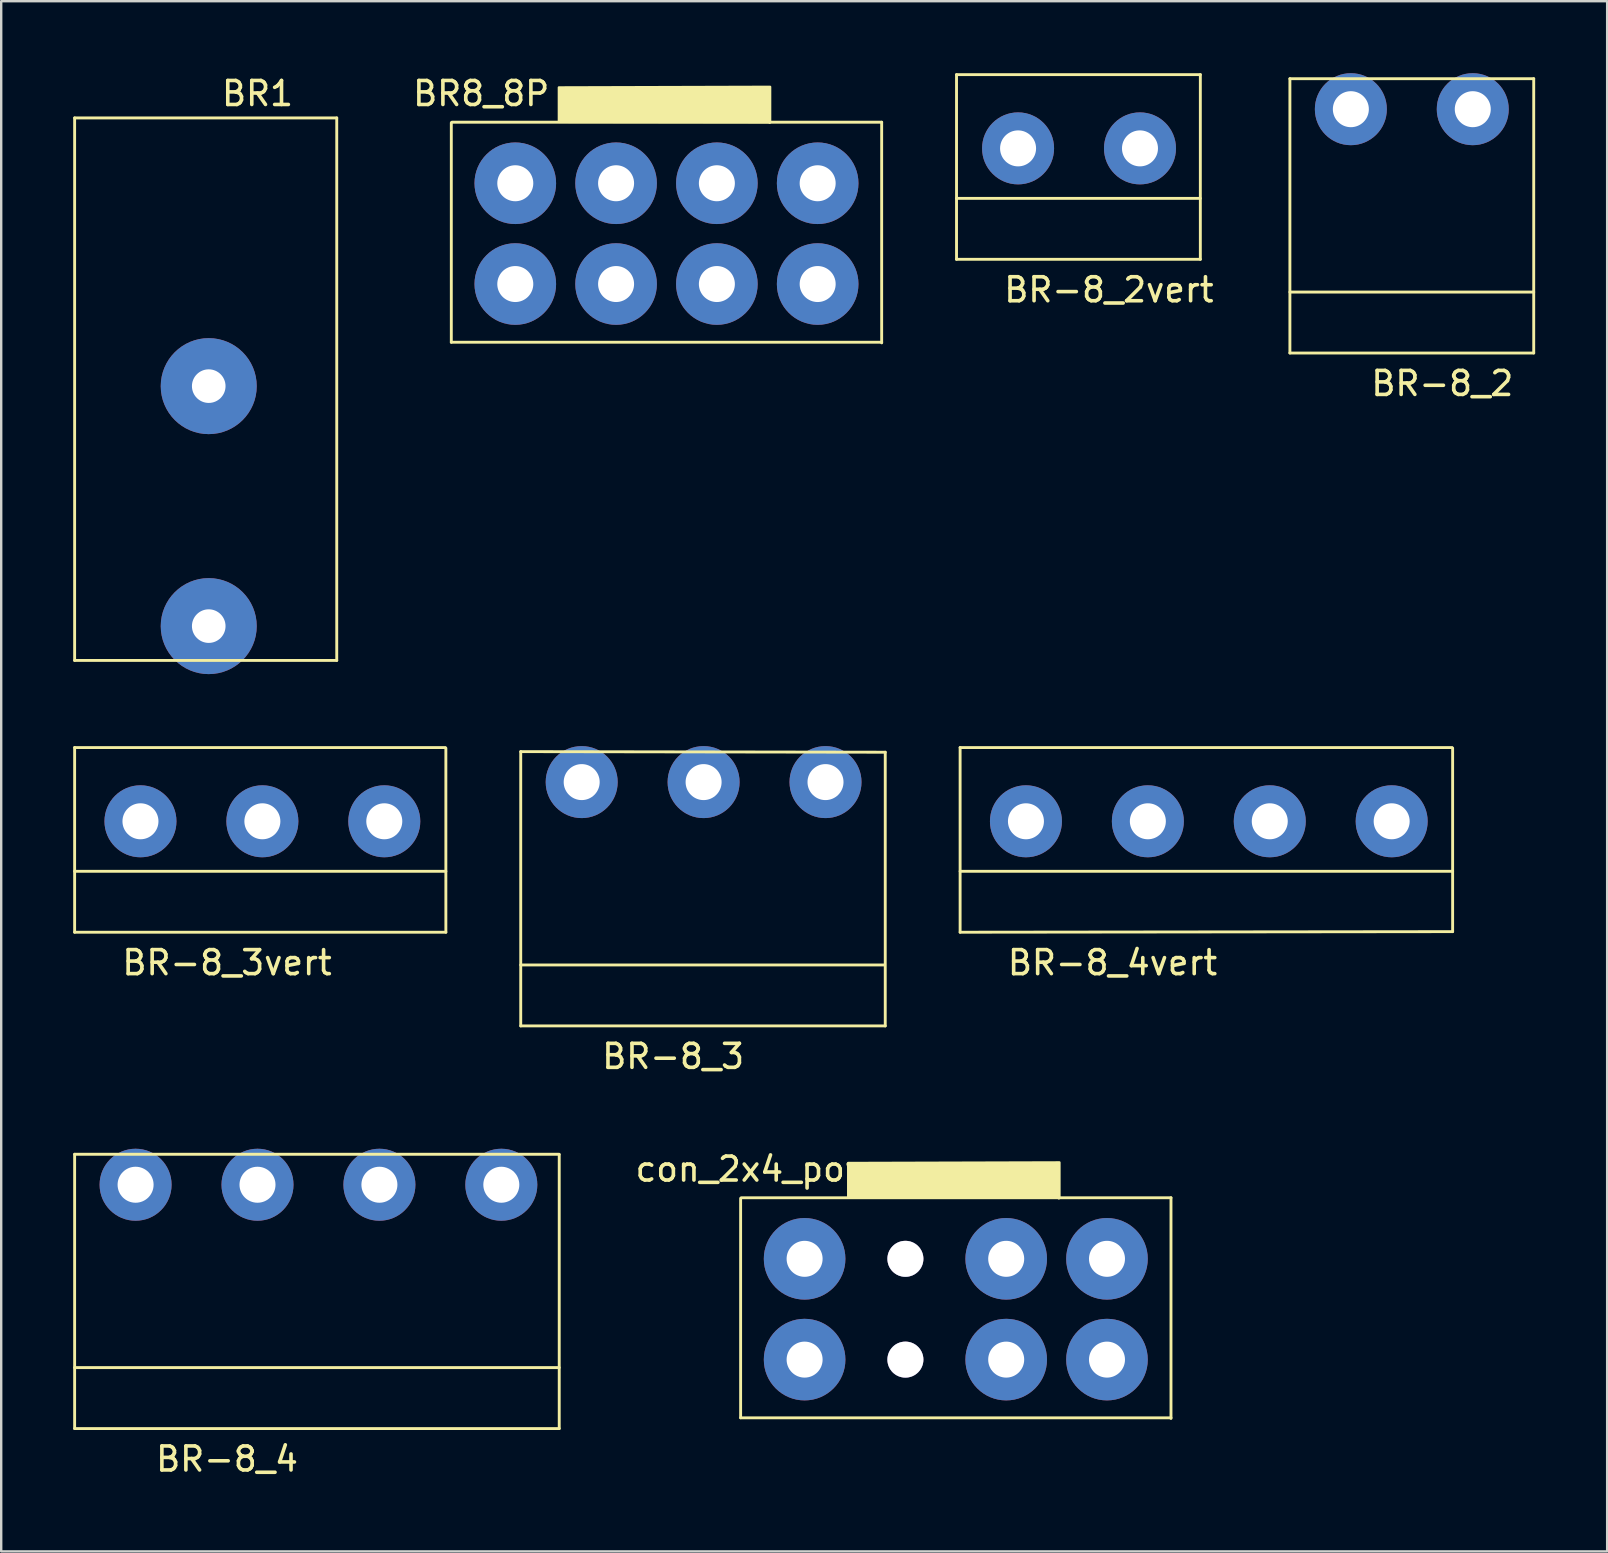
<source format=kicad_pcb>
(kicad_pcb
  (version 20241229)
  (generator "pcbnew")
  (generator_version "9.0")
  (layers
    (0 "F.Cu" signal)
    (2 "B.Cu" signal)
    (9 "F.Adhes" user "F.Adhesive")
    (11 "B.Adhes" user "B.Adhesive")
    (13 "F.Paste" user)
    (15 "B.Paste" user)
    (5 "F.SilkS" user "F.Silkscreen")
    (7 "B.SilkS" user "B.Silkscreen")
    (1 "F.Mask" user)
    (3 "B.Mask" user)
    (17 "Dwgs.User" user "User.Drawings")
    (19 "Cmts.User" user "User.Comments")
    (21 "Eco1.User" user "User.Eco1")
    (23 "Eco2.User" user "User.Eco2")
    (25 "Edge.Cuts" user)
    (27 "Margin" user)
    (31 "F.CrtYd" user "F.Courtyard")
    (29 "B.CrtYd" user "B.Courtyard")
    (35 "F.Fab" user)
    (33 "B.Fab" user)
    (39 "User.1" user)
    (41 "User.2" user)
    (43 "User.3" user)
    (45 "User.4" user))
  (footprint "BR-8_4"
    (layer "F.Cu")
    (at 6.41 51.398)
    (property "Reference" "BR-8_4" (at 0 6.35 0) (layer "F.SilkS") (effects (font (size 1 1) (thickness 0.15))))
    (attr through_hole)
    (fp_line (start -6.35 -6.35) (end -6.35 5.08) (stroke (width 0.12) (type solid)) (layer "F.SilkS"))
    (fp_line (start -6.35 -6.35) (end 13.843 -6.35) (stroke (width 0.12) (type solid)) (layer "F.SilkS"))
    (fp_line (start -6.35 2.54) (end 13.843 2.54) (stroke (width 0.12) (type solid)) (layer "F.SilkS"))
    (fp_line (start -6.35 5.08) (end 13.843 5.08) (stroke (width 0.12) (type solid)) (layer "F.SilkS"))
    (fp_line (start 13.843 5.08) (end 13.843 -6.325) (stroke (width 0.12) (type solid)) (layer "F.SilkS"))
    (pad "1" thru_hole circle (at -3.81 -5.08) (size 3 3) (drill 1.5) (layers "*.Cu" "*.Mask"))
    (pad "2" thru_hole circle (at 1.27 -5.08) (size 3 3) (drill 1.5) (layers "*.Cu" "*.Mask"))
    (pad "3" thru_hole circle (at 6.35 -5.08) (size 3 3) (drill 1.5) (layers "*.Cu" "*.Mask"))
    (pad "4" thru_hole circle (at 11.43 -5.08) (size 3 3) (drill 1.5) (layers "*.Cu" "*.Mask")))
  (footprint "BR-8_2vert"
    (layer "F.Cu")
    (at 43.158 2.676)
    (property "Reference" "BR-8_2vert" (at 0 6.35 0) (layer "F.SilkS") (effects (font (size 1 1) (thickness 0.15))))
    (attr through_hole)
    (fp_line (start -6.35 -2.616) (end -6.35 5.08) (stroke (width 0.12) (type solid)) (layer "F.SilkS"))
    (fp_line (start -6.35 -2.616) (end 3.81 -2.616) (stroke (width 0.12) (type solid)) (layer "F.SilkS"))
    (fp_line (start -6.35 2.54) (end 3.81 2.54) (stroke (width 0.12) (type solid)) (layer "F.SilkS"))
    (fp_line (start -6.35 5.08) (end 3.81 5.08) (stroke (width 0.12) (type solid)) (layer "F.SilkS"))
    (fp_line (start 3.81 5.08) (end 3.81 -2.616) (stroke (width 0.12) (type solid)) (layer "F.SilkS"))
    (pad "1" thru_hole circle (at -3.785 0.457) (size 3 3) (drill 1.5) (layers "*.Cu" "*.Mask"))
    (pad "2" thru_hole circle (at 1.295 0.457) (size 3 3) (drill 1.5) (layers "*.Cu" "*.Mask")))
  (footprint "con_2x4_power"
    (layer "F.Cu")
    (at 37.642 52.576)
    (property "Reference" "con_2x4_power" (at -8.585 -6.909 0) (layer "F.SilkS") (effects (font (size 1 1) (thickness 0.15))))
    (attr through_hole)
    (fp_line (start -9.83 3.454) (end -9.83 -5.69) (stroke (width 0.12) (type solid)) (layer "F.SilkS"))
    (fp_line (start -9.804 -5.715) (end 8.103 -5.715) (stroke (width 0.12) (type solid)) (layer "F.SilkS"))
    (fp_line (start 8.103 -5.715) (end 8.103 3.48) (stroke (width 0.12) (type solid)) (layer "F.SilkS"))
    (fp_line (start 8.103 3.454) (end -9.83 3.454) (stroke (width 0.12) (type solid)) (layer "F.SilkS"))
    (fp_poly (pts (xy 3.429 -5.715) (xy -5.347 -5.728) (xy -5.347 -7.163) (xy 3.454 -7.188) (xy 3.454 -5.702) (xy 3.429 -5.69)) (stroke (width 0.1) (type solid)) (fill yes) (layer "F.SilkS"))
    (pad "1" thru_hole circle (at -7.164 1.029 180) (size 3.4 3.4) (drill 1.5) (layers "*.Cu" "*.Mask"))
    (pad "2" thru_hole circle (at -7.164 -3.171 180) (size 3.4 3.4) (drill 1.5) (layers "*.Cu" "*.Mask"))
    (pad "3" thru_hole circle (at -2.964 1.029 180) (size 1.5 1.5) (drill 1.5) (layers "*.Cu" "*.Mask"))
    (pad "4" thru_hole circle (at -2.964 -3.171 180) (size 1.5 1.5) (drill 1.5) (layers "*.Cu" "*.Mask"))
    (pad "5" thru_hole circle (at 1.236 1.029 180) (size 3.4 3.4) (drill 1.5) (layers "*.Cu" "*.Mask"))
    (pad "6" thru_hole circle (at 1.236 -3.171 180) (size 3.4 3.4) (drill 1.5) (layers "*.Cu" "*.Mask"))
    (pad "7" thru_hole circle (at 5.436 1.029 180) (size 3.4 3.4) (drill 1.5) (layers "*.Cu" "*.Mask"))
    (pad "8" thru_hole circle (at 5.436 -3.171 180) (size 3.4 3.4) (drill 1.5) (layers "*.Cu" "*.Mask")))
  (footprint "BR-8_4vert"
    (layer "F.Cu")
    (at 43.308 30.716)
    (property "Reference" "BR-8_4vert" (at 0 6.35 0) (layer "F.SilkS") (effects (font (size 1 1) (thickness 0.15))))
    (attr through_hole)
    (fp_line (start -6.35 -2.616) (end -6.35 5.08) (stroke (width 0.12) (type solid)) (layer "F.SilkS"))
    (fp_line (start -6.35 -2.616) (end 14.148 -2.616) (stroke (width 0.12) (type solid)) (layer "F.SilkS"))
    (fp_line (start -6.35 2.54) (end 14.173 2.54) (stroke (width 0.12) (type solid)) (layer "F.SilkS"))
    (fp_line (start -6.35 5.08) (end 14.173 5.055) (stroke (width 0.12) (type solid)) (layer "F.SilkS"))
    (fp_line (start 14.173 5.055) (end 14.173 -2.591) (stroke (width 0.12) (type solid)) (layer "F.SilkS"))
    (pad "1" thru_hole circle (at -3.607 0.457) (size 3 3) (drill 1.5) (layers "*.Cu" "*.Mask"))
    (pad "2" thru_hole circle (at 1.473 0.457) (size 3 3) (drill 1.5) (layers "*.Cu" "*.Mask"))
    (pad "3" thru_hole circle (at 6.553 0.457) (size 3 3) (drill 1.5) (layers "*.Cu" "*.Mask"))
    (pad "4" thru_hole circle (at 11.633 0.457) (size 3 3) (drill 1.5) (layers "*.Cu" "*.Mask")))
  (footprint "BR-8_3vert"
    (layer "F.Cu")
    (at 6.41 30.716)
    (property "Reference" "BR-8_3vert" (at 0 6.35 0) (layer "F.SilkS") (effects (font (size 1 1) (thickness 0.15))))
    (attr through_hole)
    (fp_line (start -6.35 -2.616) (end -6.35 5.08) (stroke (width 0.12) (type solid)) (layer "F.SilkS"))
    (fp_line (start -6.35 -2.616) (end 9.093 -2.616) (stroke (width 0.12) (type solid)) (layer "F.SilkS"))
    (fp_line (start -6.35 2.54) (end 9.119 2.54) (stroke (width 0.12) (type solid)) (layer "F.SilkS"))
    (fp_line (start -6.35 5.08) (end 9.119 5.08) (stroke (width 0.12) (type solid)) (layer "F.SilkS"))
    (fp_line (start 9.119 5.08) (end 9.119 -2.591) (stroke (width 0.12) (type solid)) (layer "F.SilkS"))
    (pad "1" thru_hole circle (at -3.607 0.457) (size 3 3) (drill 1.5) (layers "*.Cu" "*.Mask"))
    (pad "2" thru_hole circle (at 1.473 0.457) (size 3 3) (drill 1.5) (layers "*.Cu" "*.Mask"))
    (pad "3" thru_hole circle (at 6.553 0.457) (size 3 3) (drill 1.5) (layers "*.Cu" "*.Mask")))
  (footprint "BR-8_2"
    (layer "F.Cu")
    (at 57.05 6.58)
    (property "Reference" "BR-8_2" (at 0 6.35 0) (layer "F.SilkS") (effects (font (size 1 1) (thickness 0.15))))
    (attr through_hole)
    (fp_line (start -6.35 -6.35) (end -6.35 5.08) (stroke (width 0.12) (type solid)) (layer "F.SilkS"))
    (fp_line (start -6.35 -6.35) (end 3.81 -6.35) (stroke (width 0.12) (type solid)) (layer "F.SilkS"))
    (fp_line (start -6.35 2.54) (end 3.81 2.54) (stroke (width 0.12) (type solid)) (layer "F.SilkS"))
    (fp_line (start -6.35 5.08) (end 3.81 5.08) (stroke (width 0.12) (type solid)) (layer "F.SilkS"))
    (fp_line (start 3.81 5.08) (end 3.81 -6.35) (stroke (width 0.12) (type solid)) (layer "F.SilkS"))
    (pad "1" thru_hole circle (at -3.81 -5.08) (size 3 3) (drill 1.5) (layers "*.Cu" "*.Mask"))
    (pad "2" thru_hole circle (at 1.27 -5.08) (size 3 3) (drill 1.5) (layers "*.Cu" "*.Mask")))
  (footprint "BR1"
    (layer "F.Cu")
    (at 3.362 21.676)
    (property "Reference" "BR1" (at 4.318 -20.828 180) (layer "F.SilkS") (effects (font (size 1 1) (thickness 0.15))))
    (attr through_hole)
    (fp_line (start -3.302 -19.812) (end 7.62 -19.812) (stroke (width 0.12) (type solid)) (layer "F.SilkS"))
    (fp_line (start -3.302 2.794) (end -3.302 -19.812) (stroke (width 0.12) (type solid)) (layer "F.SilkS"))
    (fp_line (start 7.62 -19.812) (end 7.62 2.794) (stroke (width 0.12) (type solid)) (layer "F.SilkS"))
    (fp_line (start 7.62 2.794) (end -3.302 2.794) (stroke (width 0.12) (type solid)) (layer "F.SilkS"))
    (pad "1" thru_hole circle (at 2.286 -8.636) (size 4 4) (drill 1.4) (layers "*.Cu" "*.Mask"))
    (pad "2" thru_hole circle (at 2.286 1.364) (size 4 4) (drill 1.4) (layers "*.Cu" "*.Mask")))
  (footprint "BR8_8P"
    (layer "F.Cu")
    (at 25.586 7.757)
    (property "Reference" "BR8_8P" (at -8.585 -6.909 0) (layer "F.SilkS") (effects (font (size 1 1) (thickness 0.15))))
    (attr through_hole)
    (fp_line (start -9.83 3.454) (end -9.83 -5.69) (stroke (width 0.12) (type solid)) (layer "F.SilkS"))
    (fp_line (start -9.804 -5.715) (end 8.103 -5.715) (stroke (width 0.12) (type solid)) (layer "F.SilkS"))
    (fp_line (start 8.103 -5.715) (end 8.103 3.48) (stroke (width 0.12) (type solid)) (layer "F.SilkS"))
    (fp_line (start 8.103 3.454) (end -9.83 3.454) (stroke (width 0.12) (type solid)) (layer "F.SilkS"))
    (fp_poly (pts (xy 3.429 -5.715) (xy -5.347 -5.728) (xy -5.347 -7.163) (xy 3.454 -7.188) (xy 3.454 -5.702) (xy 3.429 -5.69)) (stroke (width 0.1) (type solid)) (fill yes) (layer "F.SilkS"))
    (pad "1" thru_hole circle (at -7.164 1.029 180) (size 3.4 3.4) (drill 1.5) (layers "*.Cu" "*.Mask"))
    (pad "2" thru_hole circle (at -7.164 -3.171 180) (size 3.4 3.4) (drill 1.5) (layers "*.Cu" "*.Mask"))
    (pad "3" thru_hole circle (at -2.964 1.029 180) (size 3.4 3.4) (drill 1.5) (layers "*.Cu" "*.Mask"))
    (pad "4" thru_hole circle (at -2.964 -3.171 180) (size 3.4 3.4) (drill 1.5) (layers "*.Cu" "*.Mask"))
    (pad "5" thru_hole circle (at 1.236 1.029 180) (size 3.4 3.4) (drill 1.5) (layers "*.Cu" "*.Mask"))
    (pad "6" thru_hole circle (at 1.236 -3.171 180) (size 3.4 3.4) (drill 1.5) (layers "*.Cu" "*.Mask"))
    (pad "7" thru_hole circle (at 5.436 1.029 180) (size 3.4 3.4) (drill 1.5) (layers "*.Cu" "*.Mask"))
    (pad "8" thru_hole circle (at 5.436 -3.171 180) (size 3.4 3.4) (drill 1.5) (layers "*.Cu" "*.Mask")))
  (footprint "BR-8_3"
    (layer "F.Cu")
    (at 24.999 34.62)
    (property "Reference" "BR-8_3" (at 0 6.35 0) (layer "F.SilkS") (effects (font (size 1 1) (thickness 0.15))))
    (attr through_hole)
    (fp_line (start -6.35 -6.35) (end -6.35 5.08) (stroke (width 0.12) (type solid)) (layer "F.SilkS"))
    (fp_line (start -6.35 -6.35) (end 8.839 -6.325) (stroke (width 0.12) (type solid)) (layer "F.SilkS"))
    (fp_line (start -6.35 2.54) (end 8.814 2.54) (stroke (width 0.12) (type solid)) (layer "F.SilkS"))
    (fp_line (start -6.35 5.08) (end 8.839 5.08) (stroke (width 0.12) (type solid)) (layer "F.SilkS"))
    (fp_line (start 8.839 5.08) (end 8.839 -6.325) (stroke (width 0.12) (type solid)) (layer "F.SilkS"))
    (pad "1" thru_hole circle (at -3.81 -5.08) (size 3 3) (drill 1.5) (layers "*.Cu" "*.Mask"))
    (pad "2" thru_hole circle (at 1.27 -5.08) (size 3 3) (drill 1.5) (layers "*.Cu" "*.Mask"))
    (pad "3" thru_hole circle (at 6.35 -5.08) (size 3 3) (drill 1.5) (layers "*.Cu" "*.Mask")))
  (gr_rect
    (start -3 -3)
    (end 63.92 61.597)
    (stroke (width 0.1) (type default))
    (fill no)
    (layer "Edge.Cuts")))
</source>
